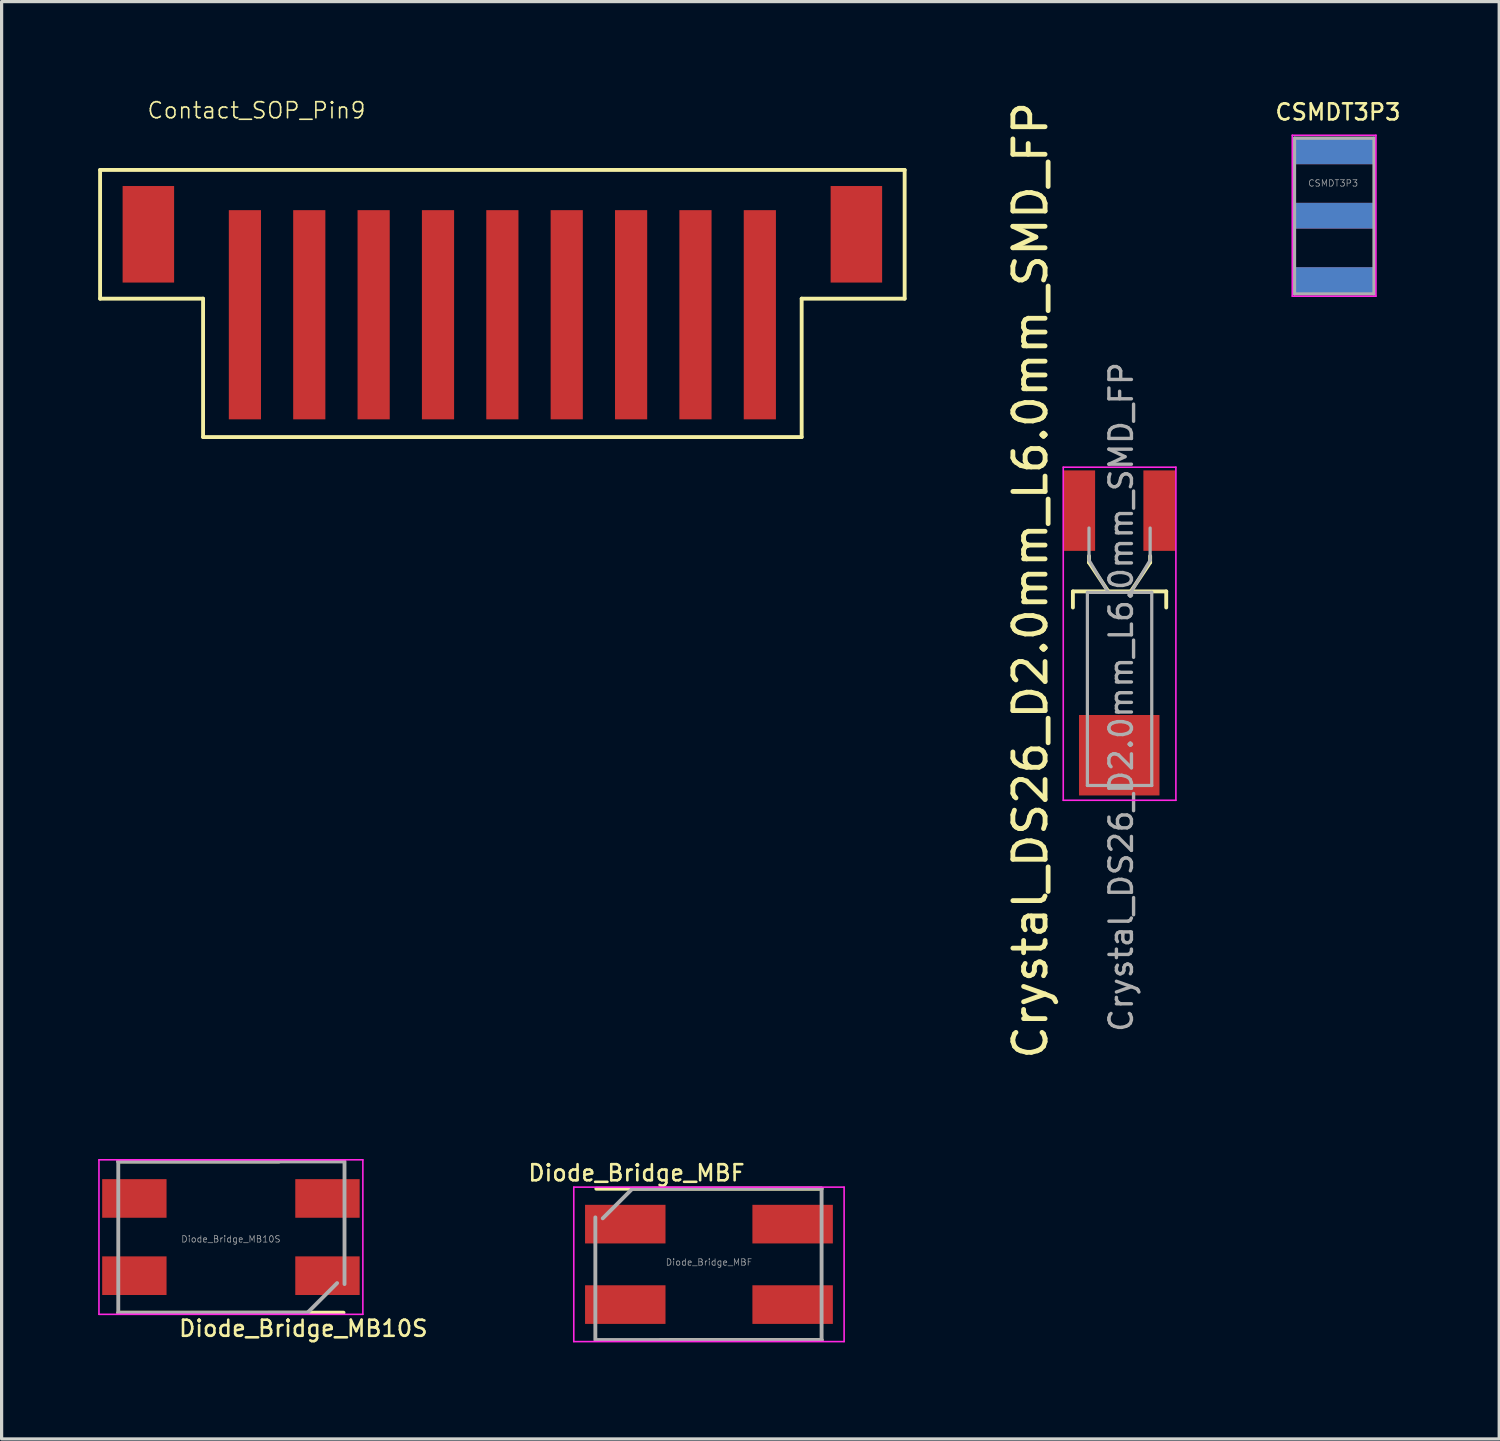
<source format=kicad_pcb>
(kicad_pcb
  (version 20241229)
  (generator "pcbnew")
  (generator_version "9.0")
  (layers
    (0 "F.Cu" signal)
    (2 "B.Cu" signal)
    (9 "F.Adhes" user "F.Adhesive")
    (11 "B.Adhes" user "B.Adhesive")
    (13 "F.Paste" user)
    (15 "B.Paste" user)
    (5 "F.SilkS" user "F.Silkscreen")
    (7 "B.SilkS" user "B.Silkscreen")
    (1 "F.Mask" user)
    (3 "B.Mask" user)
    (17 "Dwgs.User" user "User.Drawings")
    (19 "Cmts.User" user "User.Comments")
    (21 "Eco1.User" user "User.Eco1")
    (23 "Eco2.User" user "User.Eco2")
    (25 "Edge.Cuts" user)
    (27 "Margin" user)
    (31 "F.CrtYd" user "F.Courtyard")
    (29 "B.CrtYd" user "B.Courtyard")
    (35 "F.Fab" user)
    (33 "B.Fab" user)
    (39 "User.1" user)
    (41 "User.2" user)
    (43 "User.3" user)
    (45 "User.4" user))
  (footprint "Diode_Bridge_MB10S"
    (layer "F.Cu")
    (at 4.125 35.389)
    (property "Reference" "Diode_Bridge_MB10S" (at 2.25 2.84 180) (layer "F.SilkS") (effects (font (size 0.5 0.5) (thickness 0.08))))
    (attr smd)
    (fp_line (start 1.5 -2.35) (end -3.5 -2.35) (stroke (width 0.12) (type solid)) (layer "F.SilkS"))
    (fp_line (start 3.5 2.35) (end -3.5 2.35) (stroke (width 0.12) (type solid)) (layer "F.SilkS"))
    (fp_line (start -4.1 -2.4) (end -4.1 2.4) (stroke (width 0.05) (type solid)) (layer "F.CrtYd"))
    (fp_line (start -4.1 -2.4) (end 4.1 -2.4) (stroke (width 0.05) (type solid)) (layer "F.CrtYd"))
    (fp_line (start 4.1 2.4) (end -4.1 2.4) (stroke (width 0.05) (type solid)) (layer "F.CrtYd"))
    (fp_line (start 4.1 2.4) (end 4.1 -2.4) (stroke (width 0.05) (type solid)) (layer "F.CrtYd"))
    (fp_line (start -3.5 -2.35) (end 3.5 -2.35) (stroke (width 0.12) (type solid)) (layer "F.Fab"))
    (fp_line (start -3.5 2.35) (end -3.5 -2.35) (stroke (width 0.12) (type solid)) (layer "F.Fab"))
    (fp_line (start 2.38 2.35) (end -3.49 2.36) (stroke (width 0.12) (type solid)) (layer "F.Fab"))
    (fp_line (start 3.3 1.43) (end 2.4 2.33) (stroke (width 0.12) (type solid)) (layer "F.Fab"))
    (fp_line (start 3.53 -2.35) (end 3.53 1.46) (stroke (width 0.12) (type solid)) (layer "F.Fab"))
    (fp_text user "${REFERENCE}" (at 0 0.065 180) (layer "F.Fab") (effects (font (size 0.2 0.2) (thickness 0.02))))
    (pad "1" smd rect (at 3 1.2 180) (size 2 1.2) (layers "F.Cu" "F.Mask" "F.Paste"))
    (pad "2" smd rect (at 3 -1.2 180) (size 2 1.2) (layers "F.Cu" "F.Mask" "F.Paste"))
    (pad "3" smd rect (at -3 -1.2 180) (size 2 1.2) (layers "F.Cu" "F.Mask" "F.Paste"))
    (pad "4" smd rect (at -3 1.2 180) (size 2 1.2) (layers "F.Cu" "F.Mask" "F.Paste")))
  (footprint "Crystal_DS26_D2.0mm_L6.0mm_SMD_FP"
    (layer "F.Cu")
    (at 31.728 16.617)
    (property "Reference" "Crystal_DS26_D2.0mm_L6.0mm_SMD_FP" (at -2.76 -1.635 90) (layer "F.SilkS") (effects (font (size 1 1) (thickness 0.15))))
    (attr through_hole)
    (fp_line (start -1.44 -1.29) (end 1.46 -1.29) (stroke (width 0.12) (type solid)) (layer "F.SilkS"))
    (fp_line (start -1.44 -0.79) (end -1.44 -1.29) (stroke (width 0.12) (type solid)) (layer "F.SilkS"))
    (fp_line (start -0.94 -2.19) (end -0.94 -2.39) (stroke (width 0.12) (type solid)) (layer "F.SilkS"))
    (fp_line (start -0.34 -1.29) (end -0.94 -2.19) (stroke (width 0.12) (type solid)) (layer "F.SilkS"))
    (fp_line (start 0.36 -1.29) (end 0.96 -2.19) (stroke (width 0.12) (type solid)) (layer "F.SilkS"))
    (fp_line (start 0.96 -2.19) (end 0.96 -2.39) (stroke (width 0.12) (type solid)) (layer "F.SilkS"))
    (fp_line (start 1.46 -1.29) (end 1.46 -0.79) (stroke (width 0.12) (type solid)) (layer "F.SilkS"))
    (fp_line (start -1.74 -5.15) (end -1.74 5.2) (stroke (width 0.05) (type solid)) (layer "F.CrtYd"))
    (fp_line (start -1.74 5.2) (end 1.76 5.2) (stroke (width 0.05) (type solid)) (layer "F.CrtYd"))
    (fp_line (start 1.76 -5.15) (end -1.74 -5.15) (stroke (width 0.05) (type solid)) (layer "F.CrtYd"))
    (fp_line (start 1.76 5.2) (end 1.76 -5.15) (stroke (width 0.05) (type solid)) (layer "F.CrtYd"))
    (fp_line (start -0.99 -1.26) (end -0.99 4.74) (stroke (width 0.1) (type solid)) (layer "F.Fab"))
    (fp_line (start -0.99 4.74) (end 1.01 4.74) (stroke (width 0.1) (type solid)) (layer "F.Fab"))
    (fp_line (start -0.94 -2.26) (end -0.94 -3.26) (stroke (width 0.1) (type solid)) (layer "F.Fab"))
    (fp_line (start -0.34 -1.26) (end -0.94 -2.26) (stroke (width 0.1) (type solid)) (layer "F.Fab"))
    (fp_line (start 0.36 -1.26) (end 0.96 -2.26) (stroke (width 0.1) (type solid)) (layer "F.Fab"))
    (fp_line (start 0.96 -2.26) (end 0.96 -3.26) (stroke (width 0.1) (type solid)) (layer "F.Fab"))
    (fp_line (start 1.01 -1.26) (end -0.99 -1.26) (stroke (width 0.1) (type solid)) (layer "F.Fab"))
    (fp_line (start 1.01 4.74) (end 1.01 -1.26) (stroke (width 0.1) (type solid)) (layer "F.Fab"))
    (fp_text user "${REFERENCE}" (at 0.06 1.99 90) (layer "F.Fab") (effects (font (size 0.7 0.7) (thickness 0.105))))
    (pad "1" smd rect (at -1.25 -3.8) (size 1 2.5) (layers "F.Cu" "F.Mask" "F.Paste"))
    (pad "2" smd rect (at 1.25 -3.8) (size 1 2.5) (layers "F.Cu" "F.Mask" "F.Paste"))
    (pad "3" smd rect (at 0 3.8) (size 2.5 2.5) (layers "F.Cu" "F.Mask" "F.Paste")))
  (footprint "Contact_SOP_Pin9"
    (layer "F.Cu")
    (at 12.56 4.23)
    (property "Reference" "Contact_SOP_Pin9" (at -7.64 -3.85 0) (layer "F.SilkS") (effects (font (size 0.5 0.5) (thickness 0.05))))
    (attr through_hole)
    (fp_line (start -12.5 -2) (end -12.5 2) (stroke (width 0.12) (type solid)) (layer "F.SilkS"))
    (fp_line (start -12.5 2) (end -9.3 2) (stroke (width 0.12) (type solid)) (layer "F.SilkS"))
    (fp_line (start -9.3 2) (end -9.3 6.3) (stroke (width 0.12) (type solid)) (layer "F.SilkS"))
    (fp_line (start -9.3 6.3) (end 9.3 6.3) (stroke (width 0.12) (type solid)) (layer "F.SilkS"))
    (fp_line (start 9.3 2) (end 12.5 2) (stroke (width 0.12) (type solid)) (layer "F.SilkS"))
    (fp_line (start 9.3 6.3) (end 9.3 2) (stroke (width 0.12) (type solid)) (layer "F.SilkS"))
    (fp_line (start 12.5 -2) (end -12.5 -2) (stroke (width 0.12) (type solid)) (layer "F.SilkS"))
    (fp_line (start 12.5 2) (end 12.5 -2) (stroke (width 0.12) (type solid)) (layer "F.SilkS"))
    (pad "1" smd rect (at -8 2.5) (size 1 6.5) (layers "F.Cu" "F.Mask" "F.Paste"))
    (pad "2" smd rect (at -6 2.5) (size 1 6.5) (layers "F.Cu" "F.Mask" "F.Paste"))
    (pad "3" smd rect (at -4 2.5) (size 1 6.5) (layers "F.Cu" "F.Mask" "F.Paste"))
    (pad "4" smd rect (at -2 2.5) (size 1 6.5) (layers "F.Cu" "F.Mask" "F.Paste"))
    (pad "5" smd rect (at 0 2.5) (size 1 6.5) (layers "F.Cu" "F.Mask" "F.Paste"))
    (pad "6" smd rect (at 2 2.5) (size 1 6.5) (layers "F.Cu" "F.Mask" "F.Paste"))
    (pad "7" smd rect (at 4 2.5) (size 1 6.5) (layers "F.Cu" "F.Mask" "F.Paste"))
    (pad "8" smd rect (at 6 2.5) (size 1 6.5) (layers "F.Cu" "F.Mask" "F.Paste"))
    (pad "9" smd rect (at 8 2.5) (size 1 6.5) (layers "F.Cu" "F.Mask" "F.Paste"))
    (pad "10" smd rect (at -11 0) (size 1.6 3) (layers "F.Cu" "F.Mask" "F.Paste"))
    (pad "11" smd rect (at 11 0) (size 1.6 3) (layers "F.Cu" "F.Mask" "F.Paste")))
  (footprint "CSMDT3P3"
    (layer "F.Cu")
    (at 38.404 3.653)
    (property "Reference" "CSMDT3P3" (at 0.12 -3.22 0) (layer "F.SilkS") (effects (font (size 0.5 0.5) (thickness 0.08))))
    (attr smd)
    (fp_line (start -1.3 -2.5) (end 1.3 -2.5) (stroke (width 0.05) (type solid)) (layer "F.CrtYd"))
    (fp_line (start -1.3 2.5) (end -1.3 -2.5) (stroke (width 0.05) (type solid)) (layer "F.CrtYd"))
    (fp_line (start 1.3 -2.5) (end 1.3 2.5) (stroke (width 0.05) (type solid)) (layer "F.CrtYd"))
    (fp_line (start 1.3 2.5) (end -1.3 2.5) (stroke (width 0.05) (type solid)) (layer "F.CrtYd"))
    (fp_line (start -1.23 -2.41) (end 1.24 -2.41) (stroke (width 0.1) (type solid)) (layer "F.Fab"))
    (fp_line (start -1.23 2.43) (end -1.23 -2.41) (stroke (width 0.1) (type solid)) (layer "F.Fab"))
    (fp_line (start 1.24 -2.41) (end 1.24 2.43) (stroke (width 0.1) (type solid)) (layer "F.Fab"))
    (fp_line (start 1.24 2.43) (end -1.23 2.43) (stroke (width 0.1) (type solid)) (layer "F.Fab"))
    (fp_text user "${REFERENCE}" (at -0.03 -1.01 0) (layer "F.Fab") (effects (font (size 0.2 0.2) (thickness 0.02))))
    (pad "1" smd rect (at 0 -2) (size 2.5 0.8) (layers "F.Cu" "F.Mask" "F.Paste"))
    (pad "2" smd rect (at 0 0) (size 2.5 0.8) (layers "F.Cu" "F.Mask" "F.Paste"))
    (pad "3" smd rect (at 0 2) (size 2.5 0.8) (layers "F.Cu" "F.Mask" "F.Paste"))
    (pad "4" smd rect (at 0 -2) (size 2.5 0.8) (layers "B.Cu" "B.Mask" "B.Paste"))
    (pad "5" smd rect (at 0 0) (size 2.5 0.8) (layers "B.Cu" "B.Mask" "B.Paste"))
    (pad "6" smd rect (at 0 2) (size 2.5 0.8) (layers "B.Cu" "B.Mask" "B.Paste")))
  (footprint "Diode_Bridge_MBF"
    (layer "F.Cu")
    (at 18.979 36.237)
    (property "Reference" "Diode_Bridge_MBF" (at -2.25 -2.84 0) (layer "F.SilkS") (effects (font (size 0.5 0.5) (thickness 0.08))))
    (attr smd)
    (fp_line (start -3.5 -2.35) (end 3.5 -2.35) (stroke (width 0.12) (type solid)) (layer "F.SilkS"))
    (fp_line (start -1.5 2.35) (end 3.5 2.35) (stroke (width 0.12) (type solid)) (layer "F.SilkS"))
    (fp_line (start -4.2 -2.4) (end -4.2 2.4) (stroke (width 0.05) (type solid)) (layer "F.CrtYd"))
    (fp_line (start -4.2 -2.4) (end 4.2 -2.4) (stroke (width 0.05) (type solid)) (layer "F.CrtYd"))
    (fp_line (start 4.2 2.4) (end -4.2 2.4) (stroke (width 0.05) (type solid)) (layer "F.CrtYd"))
    (fp_line (start 4.2 2.4) (end 4.2 -2.4) (stroke (width 0.05) (type solid)) (layer "F.CrtYd"))
    (fp_line (start -3.53 2.35) (end -3.53 -1.46) (stroke (width 0.12) (type solid)) (layer "F.Fab"))
    (fp_line (start -3.3 -1.43) (end -2.4 -2.33) (stroke (width 0.12) (type solid)) (layer "F.Fab"))
    (fp_line (start -2.38 -2.35) (end 3.49 -2.36) (stroke (width 0.12) (type solid)) (layer "F.Fab"))
    (fp_line (start 3.5 -2.35) (end 3.5 2.35) (stroke (width 0.12) (type solid)) (layer "F.Fab"))
    (fp_line (start 3.5 2.35) (end -3.5 2.35) (stroke (width 0.12) (type solid)) (layer "F.Fab"))
    (fp_text user "${REFERENCE}" (at 0 -0.065 0) (layer "F.Fab") (effects (font (size 0.2 0.2) (thickness 0.02))))
    (pad "1" smd rect (at -2.6 -1.25) (size 2.5 1.2) (layers "F.Cu" "F.Mask" "F.Paste"))
    (pad "2" smd rect (at -2.6 1.25) (size 2.5 1.2) (layers "F.Cu" "F.Mask" "F.Paste"))
    (pad "3" smd rect (at 2.6 1.25) (size 2.5 1.2) (layers "F.Cu" "F.Mask" "F.Paste"))
    (pad "4" smd rect (at 2.6 -1.25) (size 2.5 1.2) (layers "F.Cu" "F.Mask" "F.Paste")))
  (gr_rect
    (start -3 -3)
    (end 43.534 41.662)
    (stroke (width 0.1) (type default))
    (fill no)
    (layer "Edge.Cuts")))
</source>
